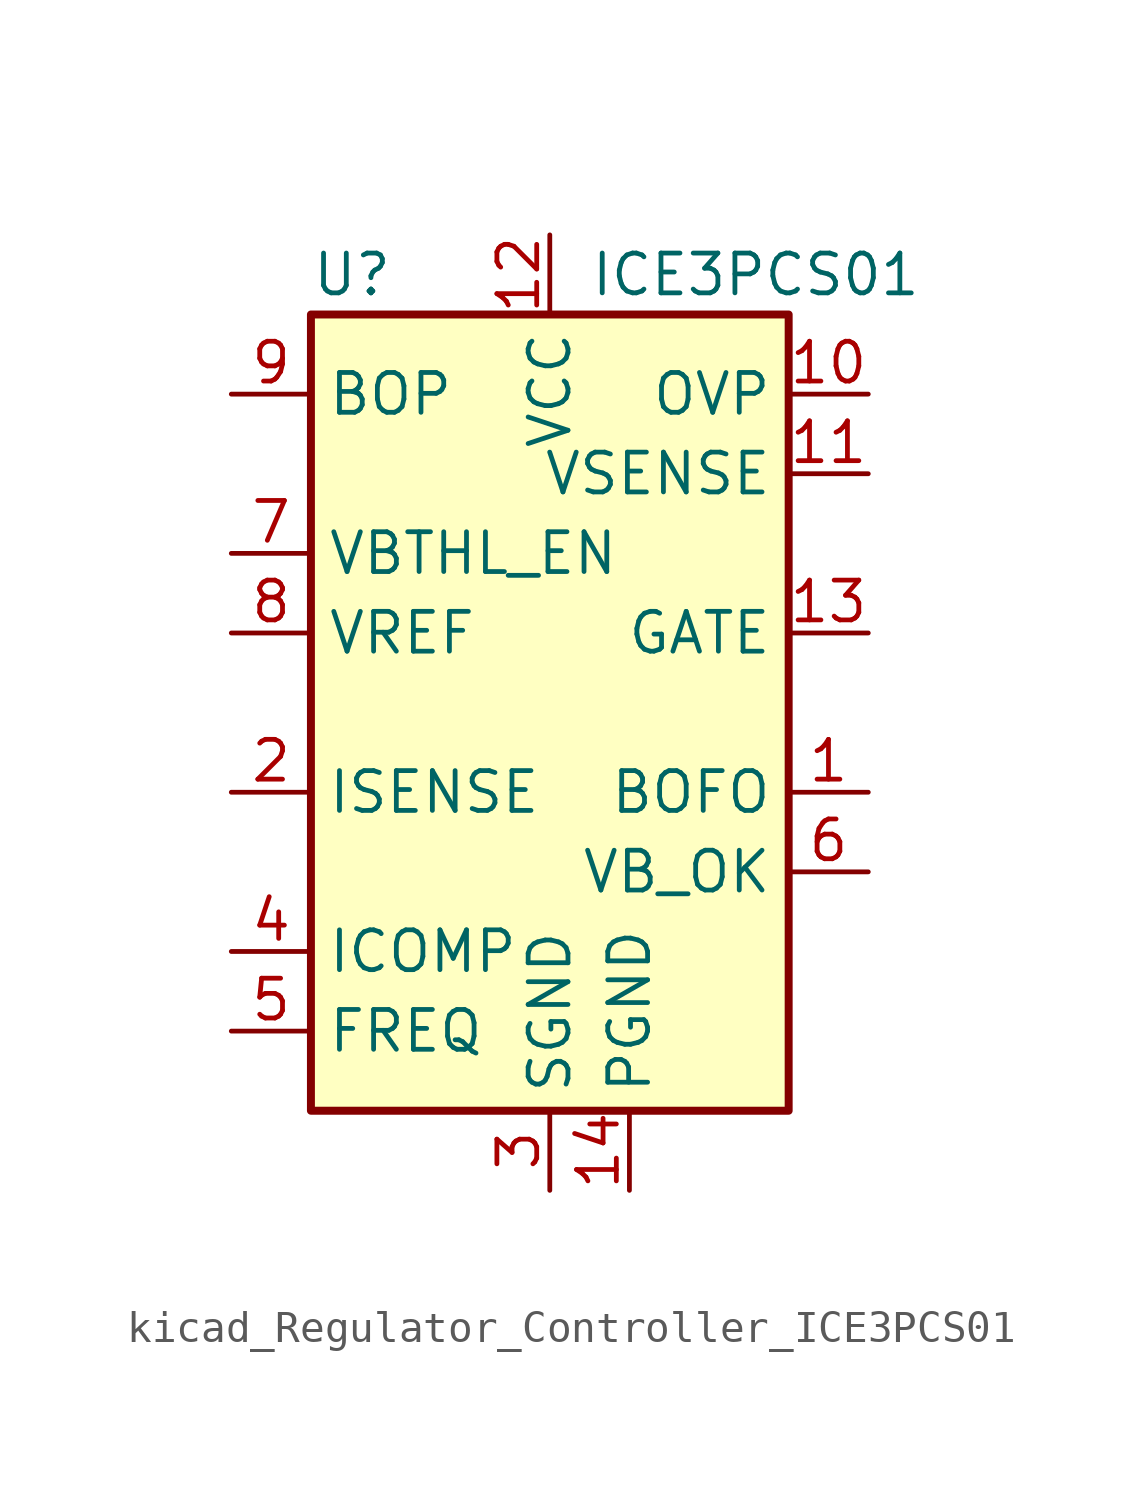
<source format=kicad_sym>
(kicad_symbol_lib
  (version 20220914)
  (generator kicad_symbol_editor)
  (symbol "kicad_Regulator_Controller_ICE3PCS01"
    (property "Reference" "U"
      (at -7.62 13.97 0)
      (effects (font (size 1.27 1.27)) (justify left)))
    (property "Value" "ICE3PCS01"
      (at 1.27 13.97 0)
      (effects (font (size 1.27 1.27)) (justify left)))
    (symbol "kicad_Regulator_Controller_ICE3PCS01_0_0"
      (rectangle (start -7.62 12.7) (end 7.62 -12.7) (stroke (width 0.254) (type default)) (fill (type background))))
    (symbol "kicad_Regulator_Controller_ICE3PCS01_1_1"
      (pin input line (at 10.16 -2.54 180) (length 2.54) (name "BOFO" (effects (font (size 1.27 1.27)))) (number "1" (effects (font (size 1.27 1.27)))))
      (pin input line (at 10.16 10.16 180) (length 2.54) (name "OVP" (effects (font (size 1.27 1.27)))) (number "10" (effects (font (size 1.27 1.27)))))
      (pin input line (at 10.16 7.62 180) (length 2.54) (name "VSENSE" (effects (font (size 1.27 1.27)))) (number "11" (effects (font (size 1.27 1.27)))))
      (pin power_in line (at 0 15.24 270) (length 2.54) (name "VCC" (effects (font (size 1.27 1.27)))) (number "12" (effects (font (size 1.27 1.27)))))
      (pin output line (at 10.16 2.54 180) (length 2.54) (name "GATE" (effects (font (size 1.27 1.27)))) (number "13" (effects (font (size 1.27 1.27)))))
      (pin power_in line (at 2.54 -15.24 90) (length 2.54) (name "PGND" (effects (font (size 1.27 1.27)))) (number "14" (effects (font (size 1.27 1.27)))))
      (pin input line (at -10.16 -2.54 0) (length 2.54) (name "ISENSE" (effects (font (size 1.27 1.27)))) (number "2" (effects (font (size 1.27 1.27)))))
      (pin power_in line (at 0 -15.24 90) (length 2.54) (name "SGND" (effects (font (size 1.27 1.27)))) (number "3" (effects (font (size 1.27 1.27)))))
      (pin passive line (at -10.16 -7.62 0) (length 2.54) (name "ICOMP" (effects (font (size 1.27 1.27)))) (number "4" (effects (font (size 1.27 1.27)))))
      (pin passive line (at -10.16 -10.16 0) (length 2.54) (name "FREQ" (effects (font (size 1.27 1.27)))) (number "5" (effects (font (size 1.27 1.27)))))
      (pin output line (at 10.16 -5.08 180) (length 2.54) (name "VB_OK" (effects (font (size 1.27 1.27)))) (number "6" (effects (font (size 1.27 1.27)))))
      (pin input line (at -10.16 5.08 0) (length 2.54) (name "VBTHL_EN" (effects (font (size 1.27 1.27)))) (number "7" (effects (font (size 1.27 1.27)))))
      (pin output line (at -10.16 2.54 0) (length 2.54) (name "VREF" (effects (font (size 1.27 1.27)))) (number "8" (effects (font (size 1.27 1.27)))))
      (pin input line (at -10.16 10.16 0) (length 2.54) (name "BOP" (effects (font (size 1.27 1.27)))) (number "9" (effects (font (size 1.27 1.27))))))))
</source>
